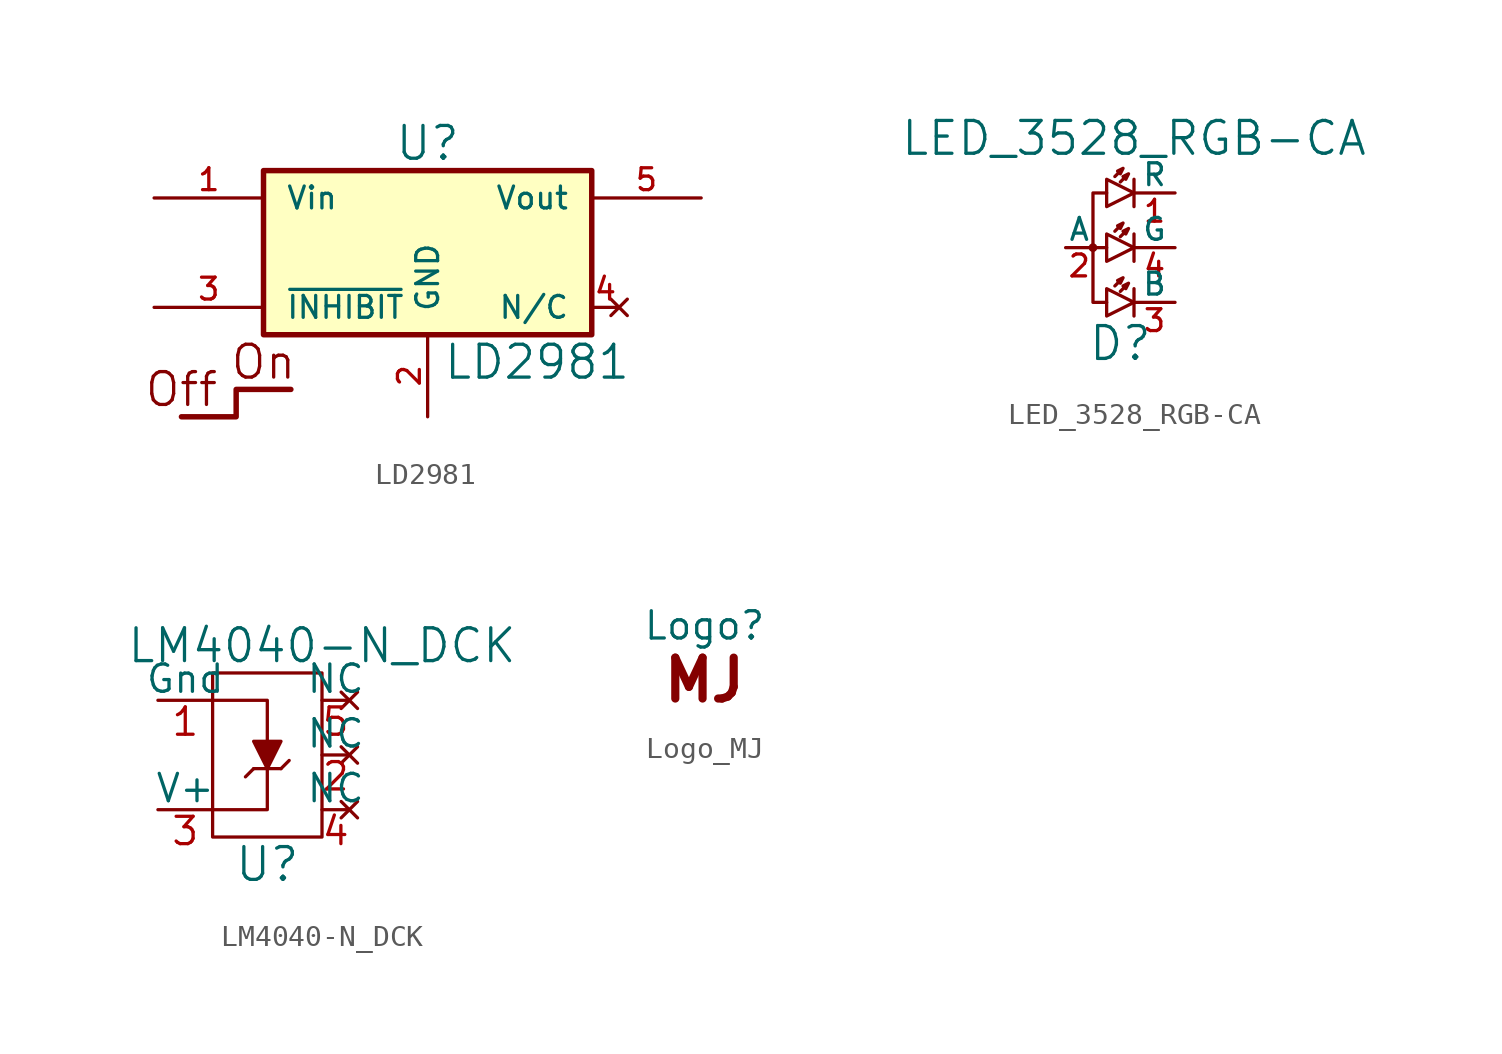
<source format=kicad_sym>
(kicad_symbol_lib
  (version 20211014)
  (generator kicad_symbol_editor)
  (symbol "LD2981"
    (pin_names
      (offset 1.016))
    (property "Reference" "U"
      (at 0 5.08 0)
      (effects (font (size 1.524 1.524))))
    (property "Value" "LD2981"
      (at 5.08 -5.08 0)
      (effects (font (size 1.524 1.524))))
    (symbol "LD2981_0_0"
      (text "Off" (at -11.43 -6.35 0) (effects (font (size 1.524 1.524))))
      (text "On" (at -7.62 -5.08 0) (effects (font (size 1.524 1.524)))))
    (symbol "LD2981_0_1"
      (rectangle (start -7.62 3.81) (end 7.62 -3.81) (stroke (width 0.254) (type default) (color 0 0 0 0)) (fill (type background)))
      (polyline (pts (xy -6.35 -6.35) (xy -8.89 -6.35) (xy -8.89 -7.62) (xy -11.43 -7.62)) (stroke (width 0.254) (type default) (color 0 0 0 0)) (fill (type none))))
    (symbol "LD2981_1_1"
      (pin power_in line (at -12.7 2.54 0) (length 5.08) (name "Vin" (effects (font (size 1.016 1.016)))) (number "1" (effects (font (size 1.016 1.016)))))
      (pin input line (at 0 -7.62 90) (length 3.81) (name "GND" (effects (font (size 1.016 1.016)))) (number "2" (effects (font (size 1.016 1.016)))))
      (pin input line (at -12.7 -2.54 0) (length 5.08) (name "~{INHIBIT}" (effects (font (size 1.016 1.016)))) (number "3" (effects (font (size 1.016 1.016)))))
      (pin no_connect line (at 8.89 -2.54 180) (length 1.27) (name "N/C" (effects (font (size 1.016 1.016)))) (number "4" (effects (font (size 1.016 1.016)))))
      (pin power_out line (at 12.7 2.54 180) (length 5.08) (name "Vout" (effects (font (size 1.016 1.016)))) (number "5" (effects (font (size 1.016 1.016)))))))
  (symbol "LED_3528_RGB-CA"
    (pin_names
      (offset 0))
    (property "Reference" "D"
      (at 0 -4.445 0)
      (effects (font (size 1.524 1.524))))
    (property "Value" "LED_3528_RGB-CA"
      (at 0.635 5.08 0)
      (effects (font (size 1.524 1.524))))
    (symbol "LED_3528_RGB-CA_0_0"
      (circle (center -1.27 0) (radius 0.127) (stroke (width 0) (type default) (color 0 0 0 0)) (fill (type none)))
      (polyline (pts (xy -1.27 0) (xy -1.27 0)) (stroke (width 0) (type default) (color 0 0 0 0)) (fill (type none)))
      (polyline (pts (xy -0.635 0) (xy -1.27 0)) (stroke (width 0) (type default) (color 0 0 0 0)) (fill (type none)))
      (polyline (pts (xy -0.635 -2.54) (xy -1.27 -2.54) (xy -1.27 0)) (stroke (width 0) (type default) (color 0 0 0 0)) (fill (type none)))
      (polyline (pts (xy -0.635 2.54) (xy -1.27 2.54) (xy -1.27 0)) (stroke (width 0) (type default) (color 0 0 0 0)) (fill (type none))))
    (symbol "LED_3528_RGB-CA_0_1"
      (polyline (pts (xy 0.635 -1.905) (xy 0.635 -3.175)) (stroke (width 0) (type default) (color 0 0 0 0)) (fill (type none)))
      (polyline (pts (xy 0.635 0.635) (xy 0.635 -0.635)) (stroke (width 0) (type default) (color 0 0 0 0)) (fill (type none)))
      (polyline (pts (xy 0.635 3.175) (xy 0.635 1.905)) (stroke (width 0) (type default) (color 0 0 0 0)) (fill (type none)))
      (polyline (pts (xy -0.635 -1.905) (xy -0.635 -3.175) (xy 0.635 -2.54) (xy -0.635 -1.905)) (stroke (width 0) (type default) (color 0 0 0 0)) (fill (type none)))
      (polyline (pts (xy -0.635 0.635) (xy -0.635 -0.635) (xy 0.635 0) (xy -0.635 0.635)) (stroke (width 0) (type default) (color 0 0 0 0)) (fill (type none)))
      (polyline (pts (xy 0.635 2.54) (xy -0.635 3.175) (xy -0.635 1.905) (xy 0.635 2.54)) (stroke (width 0) (type default) (color 0 0 0 0)) (fill (type none)))
      (polyline (pts (xy -0.254 -1.778) (xy 0.127 -1.397) (xy -0.127 -1.524) (xy 0 -1.651) (xy 0.127 -1.397)) (stroke (width 0) (type default) (color 0 0 0 0)) (fill (type none)))
      (polyline (pts (xy -0.254 0.762) (xy 0.127 1.143) (xy -0.127 1.016) (xy 0 0.889) (xy 0.127 1.143)) (stroke (width 0) (type default) (color 0 0 0 0)) (fill (type none)))
      (polyline (pts (xy -0.254 3.302) (xy 0.127 3.683) (xy -0.127 3.556) (xy 0 3.429) (xy 0.127 3.683)) (stroke (width 0) (type default) (color 0 0 0 0)) (fill (type none)))
      (polyline (pts (xy 0 -2.032) (xy 0.381 -1.651) (xy 0.127 -1.778) (xy 0.254 -1.905) (xy 0.381 -1.651)) (stroke (width 0) (type default) (color 0 0 0 0)) (fill (type none)))
      (polyline (pts (xy 0 0.508) (xy 0.381 0.889) (xy 0.127 0.762) (xy 0.254 0.635) (xy 0.381 0.889)) (stroke (width 0) (type default) (color 0 0 0 0)) (fill (type none)))
      (polyline (pts (xy 0 3.048) (xy 0.381 3.429) (xy 0.127 3.302) (xy 0.254 3.175) (xy 0.381 3.429)) (stroke (width 0) (type default) (color 0 0 0 0)) (fill (type none))))
    (symbol "LED_3528_RGB-CA_1_1"
      (pin bidirectional line (at 2.54 2.54 180) (length 1.905) (name "R" (effects (font (size 1.016 1.016)))) (number "1" (effects (font (size 1.016 1.016)))))
      (pin bidirectional line (at -2.54 0 0) (length 1.27) (name "A" (effects (font (size 1.016 1.016)))) (number "2" (effects (font (size 1.016 1.016)))))
      (pin bidirectional line (at 2.54 -2.54 180) (length 1.905) (name "B" (effects (font (size 1.016 1.016)))) (number "3" (effects (font (size 1.016 1.016)))))
      (pin bidirectional line (at 2.54 0 180) (length 1.905) (name "G" (effects (font (size 1.016 1.016)))) (number "4" (effects (font (size 1.016 1.016)))))))
  (symbol "LM4040-N_DCK"
    (pin_names
      (offset 0))
    (property "Reference" "U"
      (at 0 -5.08 0)
      (effects (font (size 1.524 1.524))))
    (property "Value" "LM4040-N_DCK"
      (at 2.54 5.08 0)
      (effects (font (size 1.524 1.524))))
    (symbol "LM4040-N_DCK_0_1"
      (rectangle (start -2.54 3.81) (end 2.54 -3.81) (stroke (width 0) (type default) (color 0 0 0 0)) (fill (type none)))
      (polyline (pts (xy -0.635 -0.635) (xy -1.016 -1.016)) (stroke (width 0) (type default) (color 0 0 0 0)) (fill (type none)))
      (polyline (pts (xy 0.635 -0.635) (xy -0.635 -0.635)) (stroke (width 0) (type default) (color 0 0 0 0)) (fill (type none)))
      (polyline (pts (xy 0.635 -0.635) (xy 1.016 -0.254)) (stroke (width 0) (type default) (color 0 0 0 0)) (fill (type none)))
      (polyline (pts (xy -2.54 -2.54) (xy 0 -2.54) (xy 0 -0.635)) (stroke (width 0) (type default) (color 0 0 0 0)) (fill (type none)))
      (polyline (pts (xy 0 0.635) (xy 0 2.54) (xy -2.54 2.54)) (stroke (width 0) (type default) (color 0 0 0 0)) (fill (type none)))
      (polyline (pts (xy 0 -0.635) (xy 0.635 0.635) (xy -0.635 0.635) (xy 0 -0.635)) (stroke (width 0) (type default) (color 0 0 0 0)) (fill (type outline))))
    (symbol "LM4040-N_DCK_1_1"
      (pin passive line (at -5.08 2.54 0) (length 2.54) (name "Gnd" (effects (font (size 1.27 1.27)))) (number "1" (effects (font (size 1.27 1.27)))))
      (pin no_connect line (at 3.81 0 180) (length 1.27) (name "NC" (effects (font (size 1.27 1.27)))) (number "2" (effects (font (size 1.27 1.27)))))
      (pin passive line (at -5.08 -2.54 0) (length 2.54) (name "V+" (effects (font (size 1.27 1.27)))) (number "3" (effects (font (size 1.27 1.27)))))
      (pin no_connect line (at 3.81 -2.54 180) (length 1.27) (name "NC" (effects (font (size 1.27 1.27)))) (number "4" (effects (font (size 1.27 1.27)))))
      (pin no_connect line (at 3.81 2.54 180) (length 1.27) (name "NC" (effects (font (size 1.27 1.27)))) (number "5" (effects (font (size 1.27 1.27)))))))
  (symbol "Logo_MJ"
    (pin_names
      (offset 1.016))
    (property "Reference" "Logo"
      (at 0 2.54 0)
      (effects (font (size 1.27 1.27))))
    (symbol "Logo_MJ_0_0"
      (text "MJ" (at 0 0 0) (effects (font (size 1.905 1.905) bold))))))
</source>
